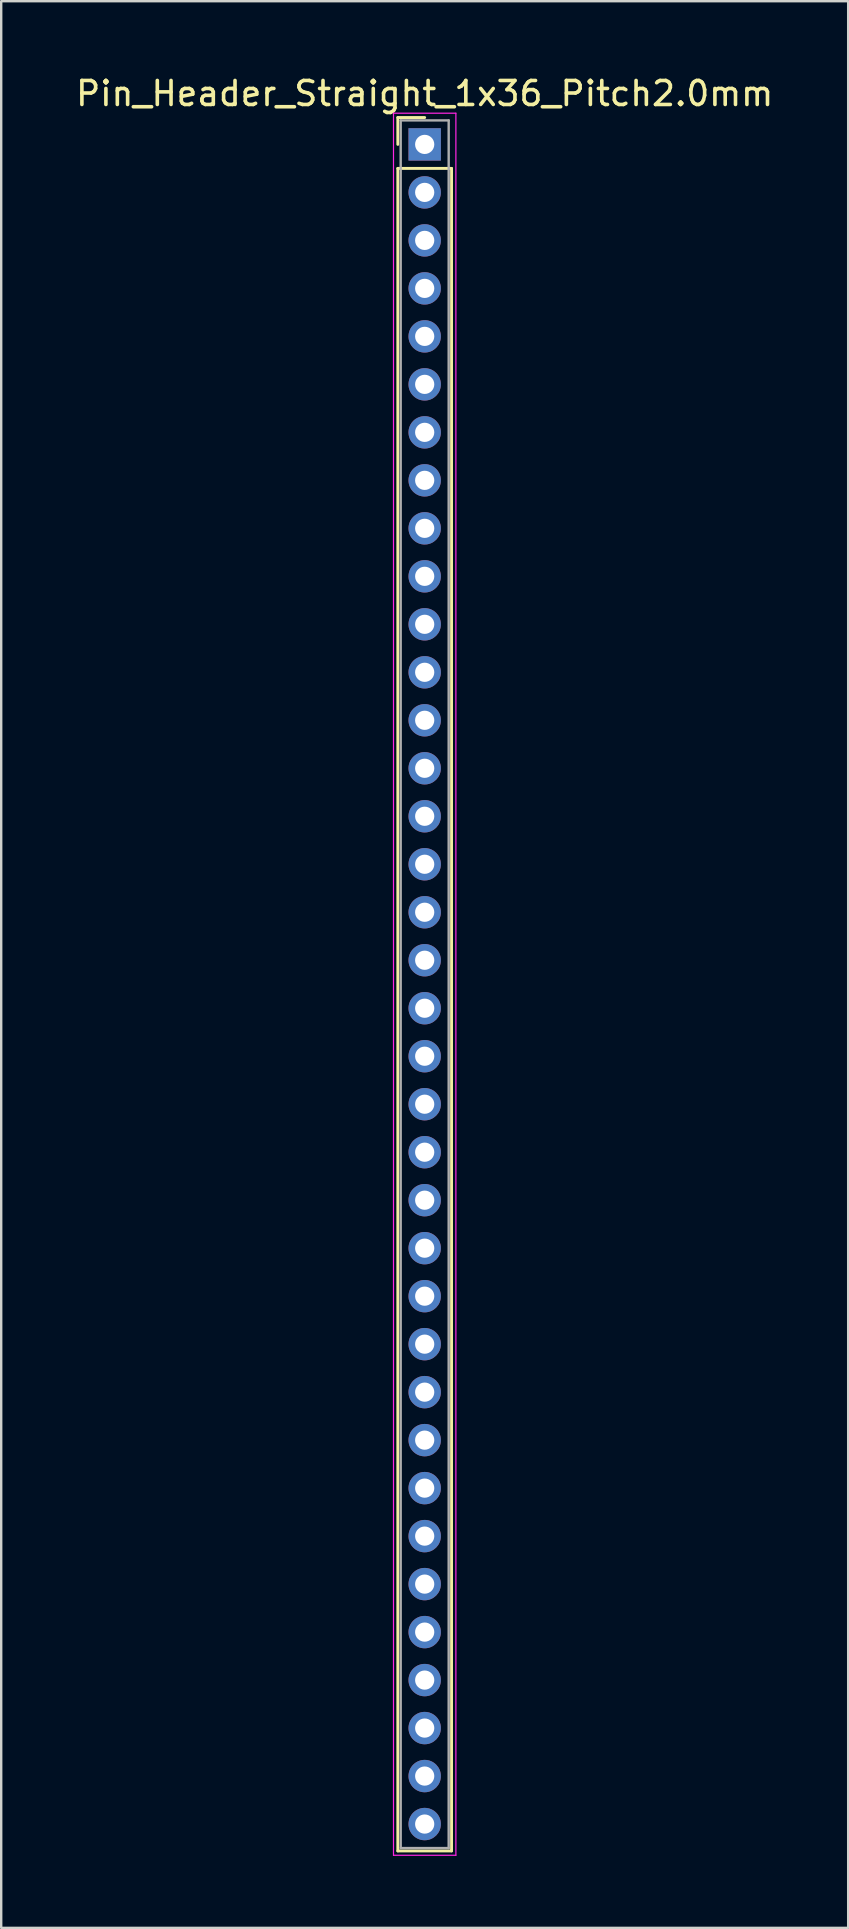
<source format=kicad_pcb>
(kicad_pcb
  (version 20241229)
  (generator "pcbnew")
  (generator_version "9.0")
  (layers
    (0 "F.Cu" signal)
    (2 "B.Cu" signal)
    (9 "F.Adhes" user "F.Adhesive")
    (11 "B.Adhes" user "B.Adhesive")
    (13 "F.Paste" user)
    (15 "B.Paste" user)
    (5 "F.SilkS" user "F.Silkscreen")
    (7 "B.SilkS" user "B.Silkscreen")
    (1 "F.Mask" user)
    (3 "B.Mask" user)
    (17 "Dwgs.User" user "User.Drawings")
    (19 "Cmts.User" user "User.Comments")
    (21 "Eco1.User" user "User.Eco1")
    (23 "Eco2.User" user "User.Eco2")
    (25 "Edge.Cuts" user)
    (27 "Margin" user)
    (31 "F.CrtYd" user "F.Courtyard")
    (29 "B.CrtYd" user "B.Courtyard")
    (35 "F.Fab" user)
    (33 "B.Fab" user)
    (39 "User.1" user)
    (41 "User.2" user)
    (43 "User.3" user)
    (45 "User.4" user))
  (footprint "Pin_Header_Straight_1x36_Pitch2.0mm"
    (layer "F.Cu")
    (at 14.649 2.968)
    (property "Reference" "Pin_Header_Straight_1x36_Pitch2.0mm" (at 0 -2.12 0) (layer "F.SilkS") (effects (font (size 1 1) (thickness 0.15))))
    (attr through_hole)
    (fp_line (start -1.12 -1.12) (end 0 -1.12) (stroke (width 0.12) (type solid)) (layer "F.SilkS"))
    (fp_line (start -1.12 0) (end -1.12 -1.12) (stroke (width 0.12) (type solid)) (layer "F.SilkS"))
    (fp_line (start -1.12 1) (end -1.12 71.12) (stroke (width 0.12) (type solid)) (layer "F.SilkS"))
    (fp_line (start -1.12 71.12) (end 1.12 71.12) (stroke (width 0.12) (type solid)) (layer "F.SilkS"))
    (fp_line (start 1.12 1) (end -1.12 1) (stroke (width 0.12) (type solid)) (layer "F.SilkS"))
    (fp_line (start 1.12 71.12) (end 1.12 1) (stroke (width 0.12) (type solid)) (layer "F.SilkS"))
    (fp_line (start -1.3 -1.3) (end -1.3 71.3) (stroke (width 0.05) (type solid)) (layer "F.CrtYd"))
    (fp_line (start -1.3 71.3) (end 1.3 71.3) (stroke (width 0.05) (type solid)) (layer "F.CrtYd"))
    (fp_line (start 1.3 -1.3) (end -1.3 -1.3) (stroke (width 0.05) (type solid)) (layer "F.CrtYd"))
    (fp_line (start 1.3 71.3) (end 1.3 -1.3) (stroke (width 0.05) (type solid)) (layer "F.CrtYd"))
    (fp_line (start -1 -1) (end -1 71) (stroke (width 0.1) (type solid)) (layer "F.Fab"))
    (fp_line (start -1 71) (end 1 71) (stroke (width 0.1) (type solid)) (layer "F.Fab"))
    (fp_line (start 1 -1) (end -1 -1) (stroke (width 0.1) (type solid)) (layer "F.Fab"))
    (fp_line (start 1 71) (end 1 -1) (stroke (width 0.1) (type solid)) (layer "F.Fab"))
    (pad "1" thru_hole rect (at 0 0) (size 1.35 1.35) (drill 0.8) (layers "*.Cu" "*.Mask"))
    (pad "2" thru_hole oval (at 0 2) (size 1.35 1.35) (drill 0.8) (layers "*.Cu" "*.Mask"))
    (pad "3" thru_hole oval (at 0 4) (size 1.35 1.35) (drill 0.8) (layers "*.Cu" "*.Mask"))
    (pad "4" thru_hole oval (at 0 6) (size 1.35 1.35) (drill 0.8) (layers "*.Cu" "*.Mask"))
    (pad "5" thru_hole oval (at 0 8) (size 1.35 1.35) (drill 0.8) (layers "*.Cu" "*.Mask"))
    (pad "6" thru_hole oval (at 0 10) (size 1.35 1.35) (drill 0.8) (layers "*.Cu" "*.Mask"))
    (pad "7" thru_hole oval (at 0 12) (size 1.35 1.35) (drill 0.8) (layers "*.Cu" "*.Mask"))
    (pad "8" thru_hole oval (at 0 14) (size 1.35 1.35) (drill 0.8) (layers "*.Cu" "*.Mask"))
    (pad "9" thru_hole oval (at 0 16) (size 1.35 1.35) (drill 0.8) (layers "*.Cu" "*.Mask"))
    (pad "10" thru_hole oval (at 0 18) (size 1.35 1.35) (drill 0.8) (layers "*.Cu" "*.Mask"))
    (pad "11" thru_hole oval (at 0 20) (size 1.35 1.35) (drill 0.8) (layers "*.Cu" "*.Mask"))
    (pad "12" thru_hole oval (at 0 22) (size 1.35 1.35) (drill 0.8) (layers "*.Cu" "*.Mask"))
    (pad "13" thru_hole oval (at 0 24) (size 1.35 1.35) (drill 0.8) (layers "*.Cu" "*.Mask"))
    (pad "14" thru_hole oval (at 0 26) (size 1.35 1.35) (drill 0.8) (layers "*.Cu" "*.Mask"))
    (pad "15" thru_hole oval (at 0 28) (size 1.35 1.35) (drill 0.8) (layers "*.Cu" "*.Mask"))
    (pad "16" thru_hole oval (at 0 30) (size 1.35 1.35) (drill 0.8) (layers "*.Cu" "*.Mask"))
    (pad "17" thru_hole oval (at 0 32) (size 1.35 1.35) (drill 0.8) (layers "*.Cu" "*.Mask"))
    (pad "18" thru_hole oval (at 0 34) (size 1.35 1.35) (drill 0.8) (layers "*.Cu" "*.Mask"))
    (pad "19" thru_hole oval (at 0 36) (size 1.35 1.35) (drill 0.8) (layers "*.Cu" "*.Mask"))
    (pad "20" thru_hole oval (at 0 38) (size 1.35 1.35) (drill 0.8) (layers "*.Cu" "*.Mask"))
    (pad "21" thru_hole oval (at 0 40) (size 1.35 1.35) (drill 0.8) (layers "*.Cu" "*.Mask"))
    (pad "22" thru_hole oval (at 0 42) (size 1.35 1.35) (drill 0.8) (layers "*.Cu" "*.Mask"))
    (pad "23" thru_hole oval (at 0 44) (size 1.35 1.35) (drill 0.8) (layers "*.Cu" "*.Mask"))
    (pad "24" thru_hole oval (at 0 46) (size 1.35 1.35) (drill 0.8) (layers "*.Cu" "*.Mask"))
    (pad "25" thru_hole oval (at 0 48) (size 1.35 1.35) (drill 0.8) (layers "*.Cu" "*.Mask"))
    (pad "26" thru_hole oval (at 0 50) (size 1.35 1.35) (drill 0.8) (layers "*.Cu" "*.Mask"))
    (pad "27" thru_hole oval (at 0 52) (size 1.35 1.35) (drill 0.8) (layers "*.Cu" "*.Mask"))
    (pad "28" thru_hole oval (at 0 54) (size 1.35 1.35) (drill 0.8) (layers "*.Cu" "*.Mask"))
    (pad "29" thru_hole oval (at 0 56) (size 1.35 1.35) (drill 0.8) (layers "*.Cu" "*.Mask"))
    (pad "30" thru_hole oval (at 0 58) (size 1.35 1.35) (drill 0.8) (layers "*.Cu" "*.Mask"))
    (pad "31" thru_hole oval (at 0 60) (size 1.35 1.35) (drill 0.8) (layers "*.Cu" "*.Mask"))
    (pad "32" thru_hole oval (at 0 62) (size 1.35 1.35) (drill 0.8) (layers "*.Cu" "*.Mask"))
    (pad "33" thru_hole oval (at 0 64) (size 1.35 1.35) (drill 0.8) (layers "*.Cu" "*.Mask"))
    (pad "34" thru_hole oval (at 0 66) (size 1.35 1.35) (drill 0.8) (layers "*.Cu" "*.Mask"))
    (pad "35" thru_hole oval (at 0 68) (size 1.35 1.35) (drill 0.8) (layers "*.Cu" "*.Mask"))
    (pad "36" thru_hole oval (at 0 70) (size 1.35 1.35) (drill 0.8) (layers "*.Cu" "*.Mask")))
  (gr_rect
    (start -3 -3)
    (end 32.298 77.293)
    (stroke (width 0.1) (type default))
    (fill no)
    (layer "Edge.Cuts")))
</source>
